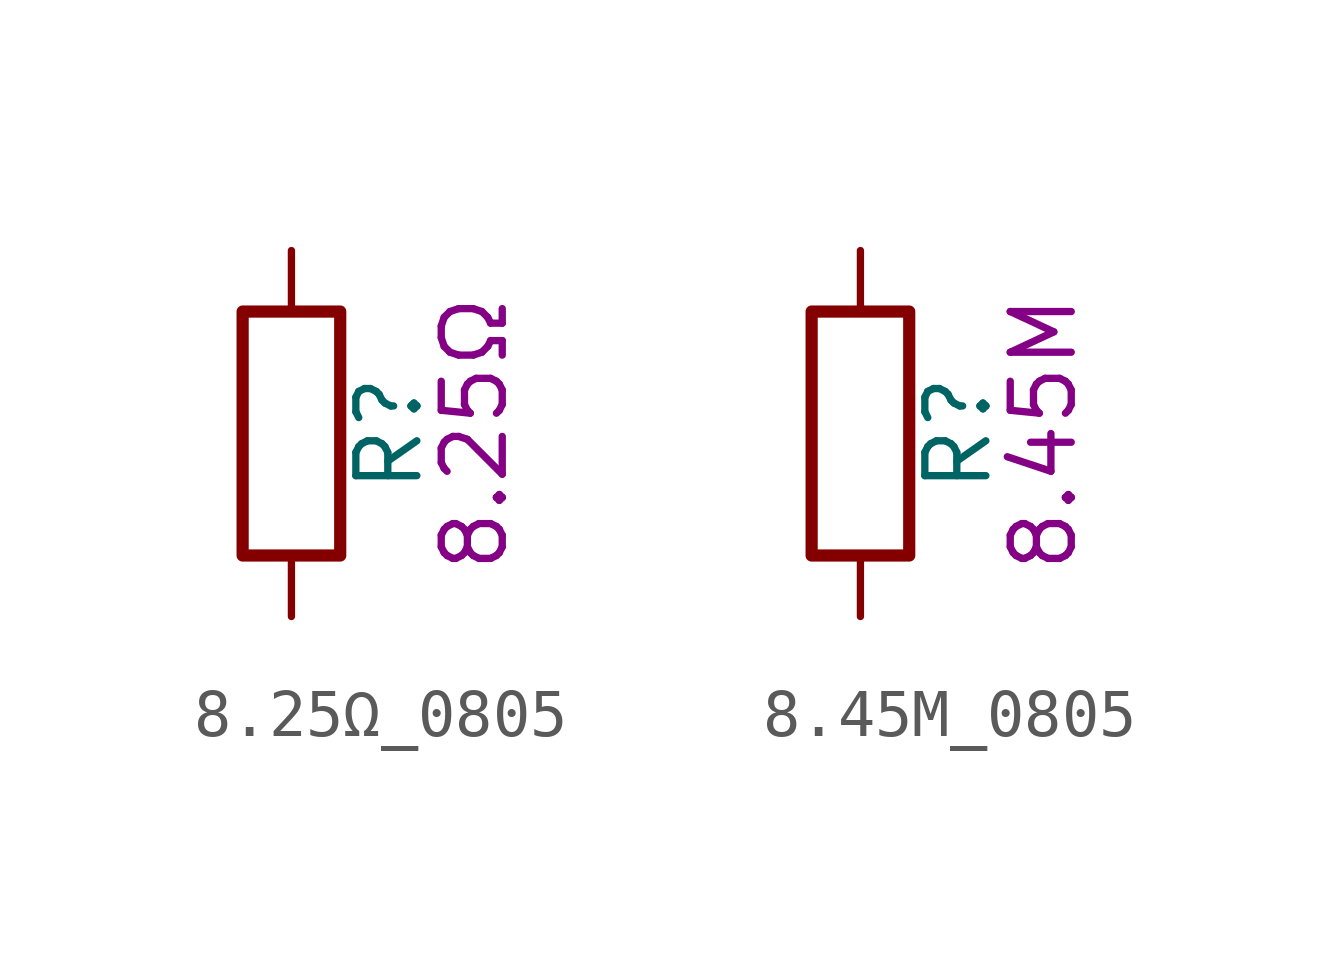
<source format=kicad_sym>
(kicad_symbol_lib
  (version 20211014)
  (generator kicad_symbol_editor)
  (symbol "8.25Ω_0805"
    (pin_numbers hide)
    (pin_names
      (offset 0))
    (property "Reference" "R"
      (at 2.032 0 90)
      (effects (font (size 1.27 1.27))))
    (property "Display" "8.25Ω"
      (at 3.81 0 90)
      (effects (font (size 1.27 1.27))))
    (symbol "8.25Ω_0805_0_1"
      (rectangle (start -1.016 -2.54) (end 1.016 2.54) (stroke (width 0.254) (type default) (color 0 0 0 0)) (fill (type none))))
    (symbol "8.25Ω_0805_1_1"
      (pin passive line (at 0 3.81 270) (length 1.27) (name "~" (effects (font (size 1.27 1.27)))) (number "1" (effects (font (size 1.27 1.27)))))
      (pin passive line (at 0 -3.81 90) (length 1.27) (name "~" (effects (font (size 1.27 1.27)))) (number "2" (effects (font (size 1.27 1.27)))))))
  (symbol "8.45M_0805"
    (pin_numbers hide)
    (pin_names
      (offset 0))
    (property "Reference" "R"
      (at 2.032 0 90)
      (effects (font (size 1.27 1.27))))
    (property "Display" "8.45M"
      (at 3.81 0 90)
      (effects (font (size 1.27 1.27))))
    (symbol "8.45M_0805_0_1"
      (rectangle (start -1.016 -2.54) (end 1.016 2.54) (stroke (width 0.254) (type default) (color 0 0 0 0)) (fill (type none))))
    (symbol "8.45M_0805_1_1"
      (pin passive line (at 0 3.81 270) (length 1.27) (name "~" (effects (font (size 1.27 1.27)))) (number "1" (effects (font (size 1.27 1.27)))))
      (pin passive line (at 0 -3.81 90) (length 1.27) (name "~" (effects (font (size 1.27 1.27)))) (number "2" (effects (font (size 1.27 1.27))))))))
</source>
